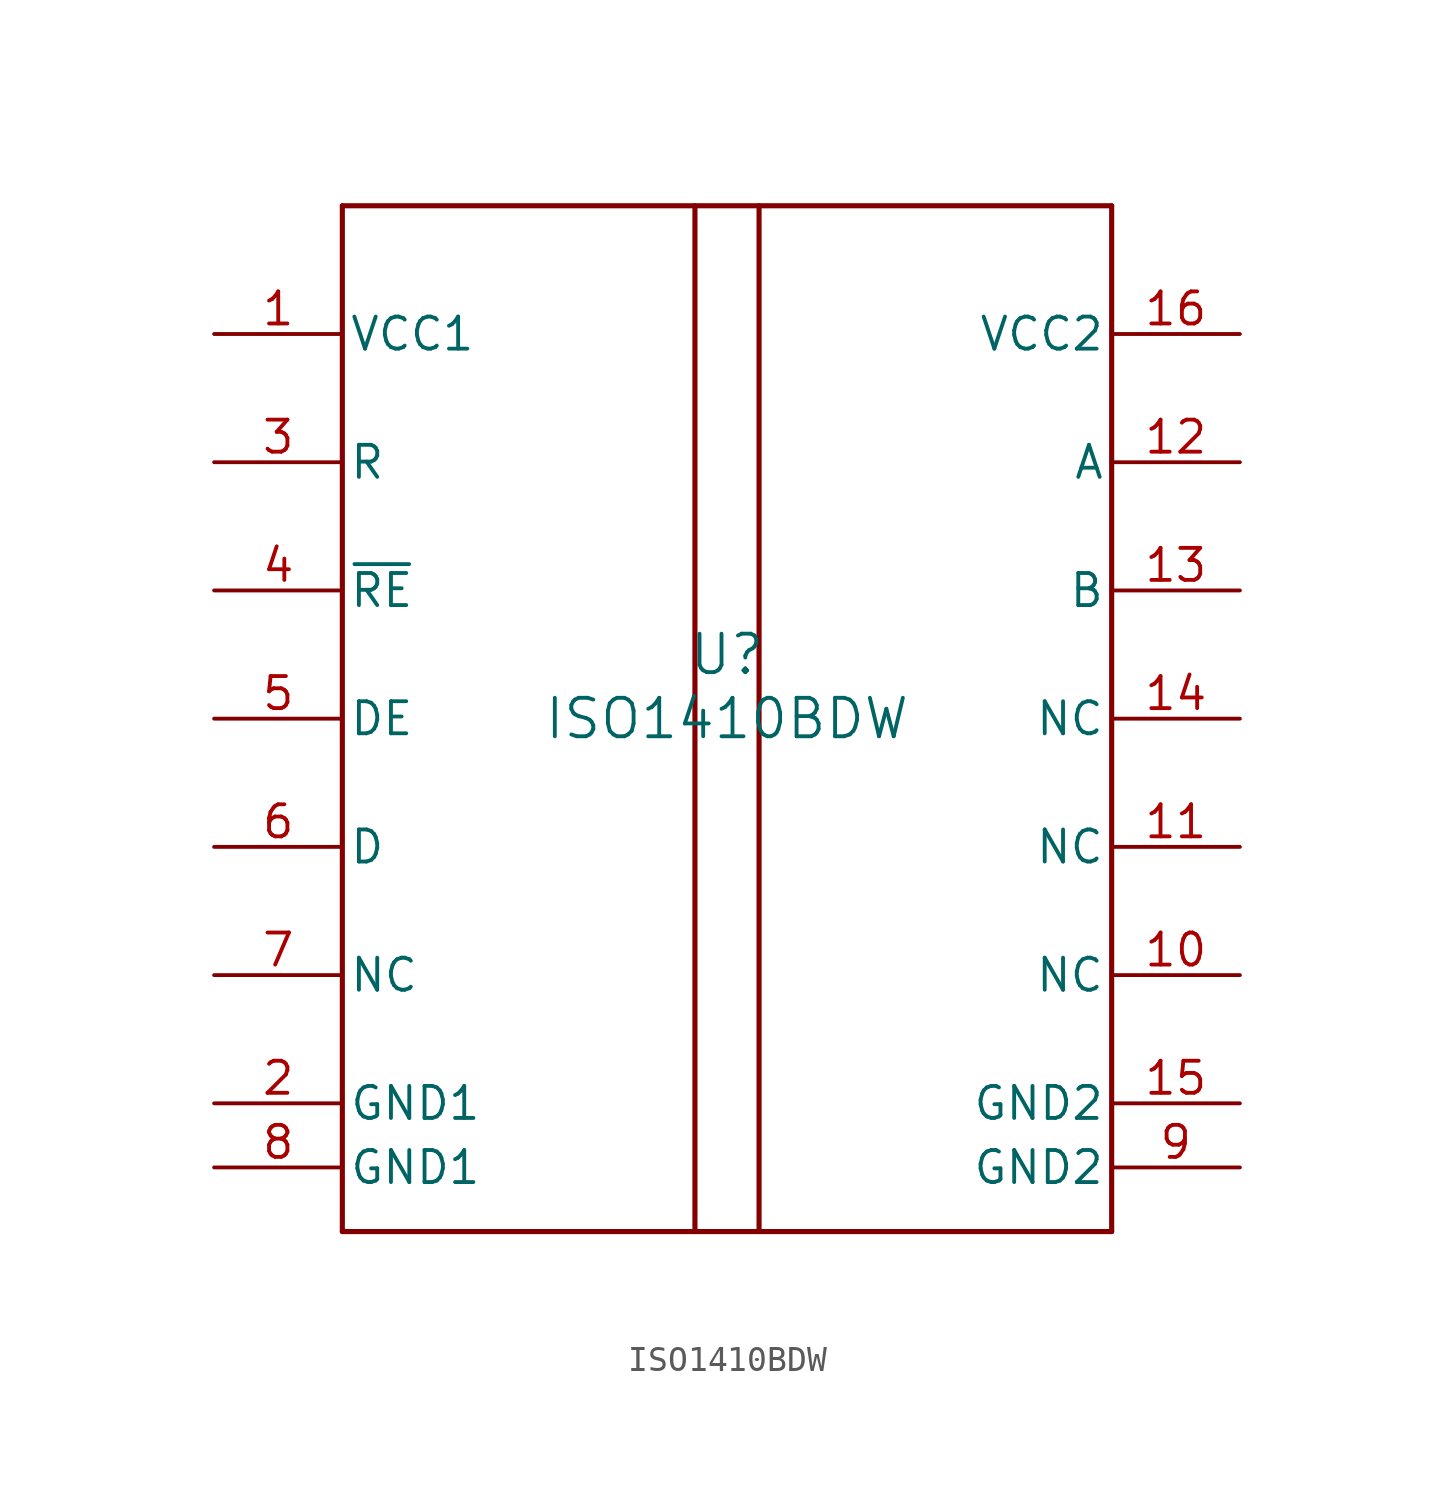
<source format=kicad_sym>
(kicad_symbol_lib
  (version 20241209)
  (generator "kicad_symbol_editor")
  (generator_version "9.0")
  (symbol "ISO1410BDW"
    (pin_names
      (offset 0.254))
    (property "Reference" "U"
      (at 0 2.54 0)
      (effects (font (size 1.524 1.524))))
    (property "Value" "ISO1410BDW"
      (at 0 0 0)
      (effects (font (size 1.524 1.524))))
    (symbol "ISO1410BDW_0_1"
      (polyline (pts (xy -15.24 20.32) (xy -15.24 -20.32)) (stroke (width 0.203) (type default)) (fill (type none)))
      (polyline (pts (xy -15.24 -20.32) (xy 15.24 -20.32)) (stroke (width 0.203) (type default)) (fill (type none)))
      (polyline (pts (xy -1.27 -20.32) (xy -1.27 20.32)) (stroke (width 0.203) (type default)) (fill (type none)))
      (polyline (pts (xy 1.27 -20.32) (xy 1.27 20.32)) (stroke (width 0.203) (type default)) (fill (type none)))
      (polyline (pts (xy 15.24 20.32) (xy -15.24 20.32)) (stroke (width 0.203) (type default)) (fill (type none)))
      (polyline (pts (xy 15.24 -20.32) (xy 15.24 20.32)) (stroke (width 0.203) (type default)) (fill (type none)))
      (pin power_in line (at -20.32 15.24 0) (length 5.08) (name "VCC1" (effects (font (size 1.27 1.27)))) (number "1" (effects (font (size 1.27 1.27)))))
      (pin output line (at -20.32 10.16 0) (length 5.08) (name "R" (effects (font (size 1.27 1.27)))) (number "3" (effects (font (size 1.27 1.27)))))
      (pin input line (at -20.32 0 0) (length 5.08) (name "DE" (effects (font (size 1.27 1.27)))) (number "5" (effects (font (size 1.27 1.27)))))
      (pin input line (at -20.32 -5.08 0) (length 5.08) (name "D" (effects (font (size 1.27 1.27)))) (number "6" (effects (font (size 1.27 1.27)))))
      (pin power_in line (at -20.32 -15.24 0) (length 5.08) (name "GND1" (effects (font (size 1.27 1.27)))) (number "2" (effects (font (size 1.27 1.27)))))
      (pin power_in line (at -20.32 -17.78 0) (length 5.08) (name "GND1" (effects (font (size 1.27 1.27)))) (number "8" (effects (font (size 1.27 1.27)))))
      (pin power_in line (at 20.32 15.24 180) (length 5.08) (name "VCC2" (effects (font (size 1.27 1.27)))) (number "16" (effects (font (size 1.27 1.27)))))
      (pin bidirectional line (at 20.32 10.16 180) (length 5.08) (name "A" (effects (font (size 1.27 1.27)))) (number "12" (effects (font (size 1.27 1.27)))))
      (pin bidirectional line (at 20.32 5.08 180) (length 5.08) (name "B" (effects (font (size 1.27 1.27)))) (number "13" (effects (font (size 1.27 1.27)))))
      (pin power_in line (at 20.32 -15.24 180) (length 5.08) (name "GND2" (effects (font (size 1.27 1.27)))) (number "15" (effects (font (size 1.27 1.27)))))
      (pin power_in line (at 20.32 -17.78 180) (length 5.08) (name "GND2" (effects (font (size 1.27 1.27)))) (number "9" (effects (font (size 1.27 1.27))))))
    (symbol "ISO1410BDW_1_1"
      (pin input line (at -20.32 5.08 0) (length 5.08) (name "~{RE}" (effects (font (size 1.27 1.27)))) (number "4" (effects (font (size 1.27 1.27)))))
      (pin passive line (at -20.32 -10.16 0) (length 5.08) (name "NC" (effects (font (size 1.27 1.27)))) (number "7" (effects (font (size 1.27 1.27)))))
      (pin passive line (at 20.32 0 180) (length 5.08) (name "NC" (effects (font (size 1.27 1.27)))) (number "14" (effects (font (size 1.27 1.27)))))
      (pin passive line (at 20.32 -5.08 180) (length 5.08) (name "NC" (effects (font (size 1.27 1.27)))) (number "11" (effects (font (size 1.27 1.27)))))
      (pin passive line (at 20.32 -10.16 180) (length 5.08) (name "NC" (effects (font (size 1.27 1.27)))) (number "10" (effects (font (size 1.27 1.27))))))))
</source>
